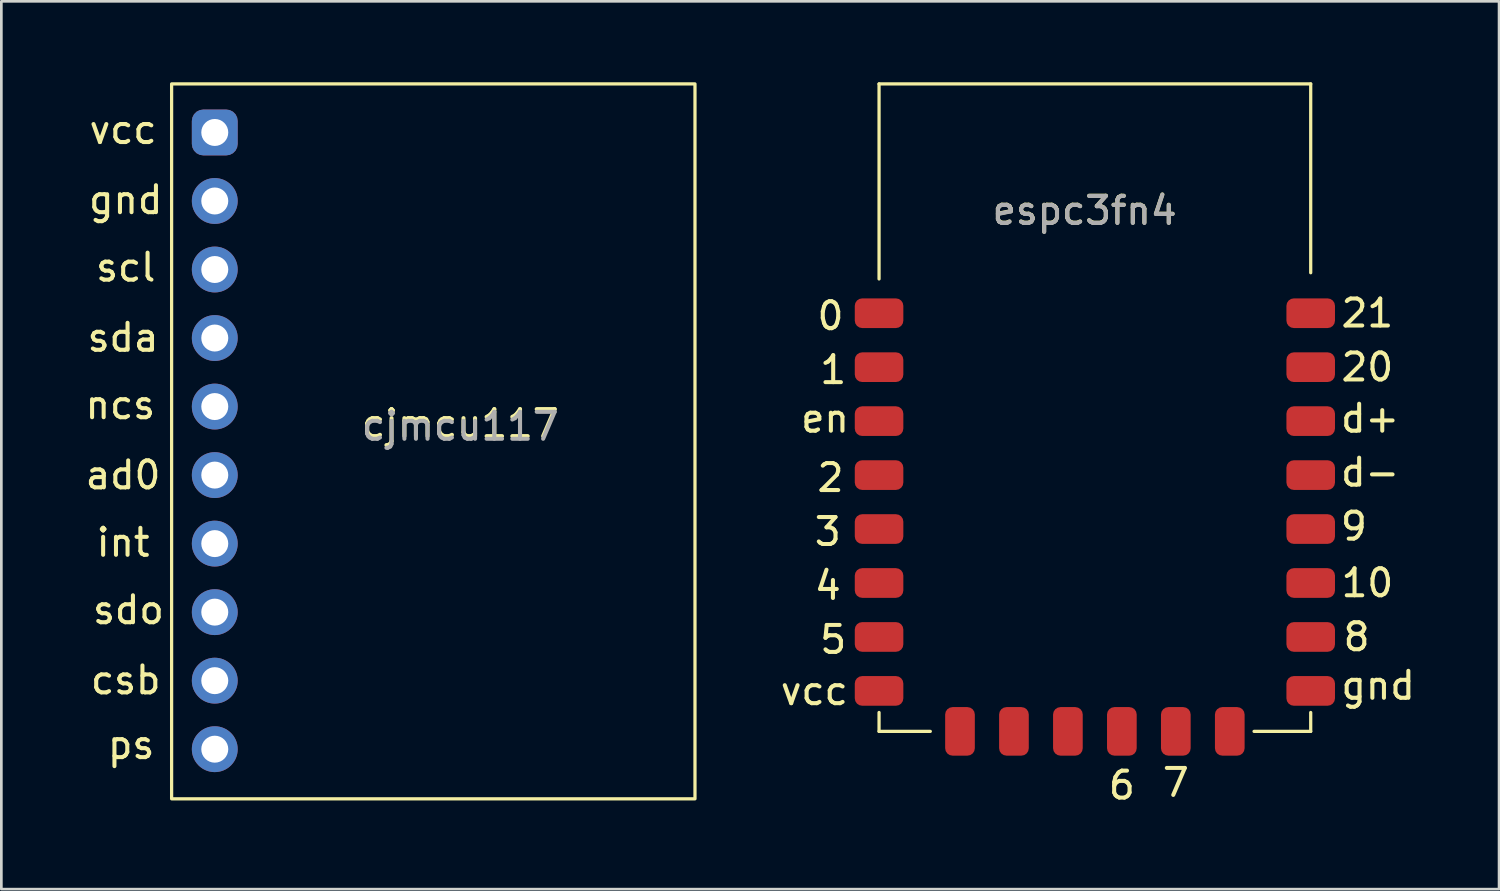
<source format=kicad_pcb>
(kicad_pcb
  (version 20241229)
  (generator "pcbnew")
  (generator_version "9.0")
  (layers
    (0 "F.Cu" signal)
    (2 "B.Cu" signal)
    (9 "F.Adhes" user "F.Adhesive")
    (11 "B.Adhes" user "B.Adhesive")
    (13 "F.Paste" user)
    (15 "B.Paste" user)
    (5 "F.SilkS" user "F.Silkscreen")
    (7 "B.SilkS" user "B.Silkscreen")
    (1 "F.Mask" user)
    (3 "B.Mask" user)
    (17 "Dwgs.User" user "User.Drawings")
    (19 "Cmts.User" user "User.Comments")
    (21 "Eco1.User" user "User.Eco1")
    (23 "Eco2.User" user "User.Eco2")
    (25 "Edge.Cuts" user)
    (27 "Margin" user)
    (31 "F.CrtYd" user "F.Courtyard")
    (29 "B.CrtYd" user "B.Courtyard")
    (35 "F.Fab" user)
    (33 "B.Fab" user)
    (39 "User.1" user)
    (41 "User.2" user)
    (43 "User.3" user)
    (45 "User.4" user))
  (footprint "espc3fn4"
    (layer "F.Cu")
    (at 29.534 8.56)
    (property "Reference" "espc3fn4" (at 7.62 -3.81 0) (unlocked yes) (layer "F.SilkS") (effects (font (size 1 1) (thickness 0.15))))
    (attr smd)
    (fp_line (start 0 -8.5) (end 16 -8.5) (stroke (width 0.12) (type solid)) (layer "F.SilkS"))
    (fp_line (start 0 -1.27) (end 0 -8.5) (stroke (width 0.12) (type solid)) (layer "F.SilkS"))
    (fp_line (start 0 14.8) (end 0 15.5) (stroke (width 0.12) (type solid)) (layer "F.SilkS"))
    (fp_line (start 0 15.5) (end 1.9 15.5) (stroke (width 0.12) (type solid)) (layer "F.SilkS"))
    (fp_line (start 13.9 15.5) (end 16 15.5) (stroke (width 0.12) (type solid)) (layer "F.SilkS"))
    (fp_line (start 16 -1.5) (end 16 -8.5) (stroke (width 0.12) (type solid)) (layer "F.SilkS"))
    (fp_line (start 16 15.5) (end 16 14.8) (stroke (width 0.12) (type solid)) (layer "F.SilkS"))
    (fp_text user "20" (at 18.1 2 0) (unlocked yes) (layer "F.SilkS") (effects (font (size 1 1) (thickness 0.15))))
    (fp_text user "d+" (at 18.2 3.9 0) (unlocked yes) (layer "F.SilkS") (effects (font (size 1 1) (thickness 0.15))))
    (fp_text user "0" (at -1.8 0.1 0) (unlocked yes) (layer "F.SilkS") (effects (font (size 1 1) (thickness 0.15))))
    (fp_text user "10" (at 18.1 10 0) (unlocked yes) (layer "F.SilkS") (effects (font (size 1 1) (thickness 0.15))))
    (fp_text user "6" (at 9 17.5 0) (unlocked yes) (layer "F.SilkS") (effects (font (size 1 1) (thickness 0.15))))
    (fp_text user "en" (at -2 3.9 0) (unlocked yes) (layer "F.SilkS") (effects (font (size 1 1) (thickness 0.15))))
    (fp_text user "7" (at 11 17.4 0) (unlocked yes) (layer "F.SilkS") (effects (font (size 1 1) (thickness 0.15))))
    (fp_text user "d-" (at 18.2 5.9 0) (unlocked yes) (layer "F.SilkS") (effects (font (size 1 1) (thickness 0.15))))
    (fp_text user "gnd" (at 18.5 13.8 0) (unlocked yes) (layer "F.SilkS") (effects (font (size 1 1) (thickness 0.15))))
    (fp_text user "8" (at 17.7 12 0) (unlocked yes) (layer "F.SilkS") (effects (font (size 1 1) (thickness 0.15))))
    (fp_text user "3" (at -1.9 8.1 0) (unlocked yes) (layer "F.SilkS") (effects (font (size 1 1) (thickness 0.15))))
    (fp_text user "21" (at 18.1 0 0) (unlocked yes) (layer "F.SilkS") (effects (font (size 1 1) (thickness 0.15))))
    (fp_text user "2" (at -1.8 6.1 0) (unlocked yes) (layer "F.SilkS") (effects (font (size 1 1) (thickness 0.15))))
    (fp_text user "1" (at -1.7 2.1 0) (unlocked yes) (layer "F.SilkS") (effects (font (size 1 1) (thickness 0.15))))
    (fp_text user "5" (at -1.7 12.1 0) (unlocked yes) (layer "F.SilkS") (effects (font (size 1 1) (thickness 0.15))))
    (fp_text user "4" (at -1.9 10.1 0) (unlocked yes) (layer "F.SilkS") (effects (font (size 1 1) (thickness 0.15))))
    (fp_text user "9" (at 17.6 7.9 0) (unlocked yes) (layer "F.SilkS") (effects (font (size 1 1) (thickness 0.15))))
    (fp_text user "vcc" (at -2.4 14 0) (unlocked yes) (layer "F.SilkS") (effects (font (size 1 1) (thickness 0.15))))
    (fp_text user "${REFERENCE}" (at 7.62 -3.8 0) (unlocked yes) (layer "F.Fab") (effects (font (size 1 1) (thickness 0.15))))
    (pad "1" smd roundrect (at 0 0) (size 1.8 1.1) (layers "F.Cu" "F.Mask" "F.Paste") (roundrect_rratio 0.25))
    (pad "2" smd roundrect (at 0 2) (size 1.8 1.1) (layers "F.Cu" "F.Mask" "F.Paste") (roundrect_rratio 0.25))
    (pad "3" smd roundrect (at 0 4) (size 1.8 1.1) (layers "F.Cu" "F.Mask" "F.Paste") (roundrect_rratio 0.25))
    (pad "4" smd roundrect (at 0 6) (size 1.8 1.1) (layers "F.Cu" "F.Mask" "F.Paste") (roundrect_rratio 0.25))
    (pad "5" smd roundrect (at 0 8) (size 1.8 1.1) (layers "F.Cu" "F.Mask" "F.Paste") (roundrect_rratio 0.25))
    (pad "6" smd roundrect (at 0 10) (size 1.8 1.1) (layers "F.Cu" "F.Mask" "F.Paste") (roundrect_rratio 0.25))
    (pad "7" smd roundrect (at 0 12) (size 1.8 1.1) (layers "F.Cu" "F.Mask" "F.Paste") (roundrect_rratio 0.25))
    (pad "8" smd roundrect (at 0 14) (size 1.8 1.1) (layers "F.Cu" "F.Mask" "F.Paste") (roundrect_rratio 0.25))
    (pad "9" smd roundrect (at 3 15.5 90) (size 1.8 1.1) (layers "F.Cu" "F.Mask" "F.Paste") (roundrect_rratio 0.25))
    (pad "10" smd roundrect (at 5 15.5 90) (size 1.8 1.1) (layers "F.Cu" "F.Mask" "F.Paste") (roundrect_rratio 0.25))
    (pad "11" smd roundrect (at 7 15.5 90) (size 1.8 1.1) (layers "F.Cu" "F.Mask" "F.Paste") (roundrect_rratio 0.25))
    (pad "12" smd roundrect (at 9 15.5 90) (size 1.8 1.1) (layers "F.Cu" "F.Mask" "F.Paste") (roundrect_rratio 0.25))
    (pad "13" smd roundrect (at 11 15.5 90) (size 1.8 1.1) (layers "F.Cu" "F.Mask" "F.Paste") (roundrect_rratio 0.25))
    (pad "14" smd roundrect (at 13 15.5 90) (size 1.8 1.1) (layers "F.Cu" "F.Mask" "F.Paste") (roundrect_rratio 0.25))
    (pad "15" smd roundrect (at 16 14) (size 1.8 1.1) (layers "F.Cu" "F.Mask" "F.Paste") (roundrect_rratio 0.25))
    (pad "16" smd roundrect (at 16 12) (size 1.8 1.1) (layers "F.Cu" "F.Mask" "F.Paste") (roundrect_rratio 0.25))
    (pad "17" smd roundrect (at 16 10) (size 1.8 1.1) (layers "F.Cu" "F.Mask" "F.Paste") (roundrect_rratio 0.25))
    (pad "18" smd roundrect (at 16 8) (size 1.8 1.1) (layers "F.Cu" "F.Mask" "F.Paste") (roundrect_rratio 0.25))
    (pad "19" smd roundrect (at 16 6) (size 1.8 1.1) (layers "F.Cu" "F.Mask" "F.Paste") (roundrect_rratio 0.25))
    (pad "20" smd roundrect (at 16 4) (size 1.8 1.1) (layers "F.Cu" "F.Mask" "F.Paste") (roundrect_rratio 0.25))
    (pad "21" smd roundrect (at 16 2) (size 1.8 1.1) (layers "F.Cu" "F.Mask" "F.Paste") (roundrect_rratio 0.25))
    (pad "22" smd roundrect (at 16 0) (size 1.8 1.1) (layers "F.Cu" "F.Mask" "F.Paste") (roundrect_rratio 0.25)))
  (footprint "cjmcu117"
    (layer "F.Cu")
    (at 4.911 1.86)
    (property "Reference" "cjmcu117" (at 9.1 10.8 0) (unlocked yes) (layer "F.SilkS") (effects (font (size 1 1) (thickness 0.15))))
    (attr through_hole)
    (fp_rect (start -1.6 -1.8) (end 17.8 24.7) (stroke (width 0.12) (type solid)) (fill no) (layer "F.SilkS"))
    (fp_text user "gnd" (at -3.3 2.5 0) (unlocked yes) (layer "F.SilkS") (effects (font (size 1 1) (thickness 0.15))))
    (fp_text user "vcc" (at -3.4 -0.1 0) (unlocked yes) (layer "F.SilkS") (effects (font (size 1 1) (thickness 0.15))))
    (fp_text user "int" (at -3.4 15.2 0) (unlocked yes) (layer "F.SilkS") (effects (font (size 1 1) (thickness 0.15))))
    (fp_text user "sdo" (at -3.2 17.7 0) (unlocked yes) (layer "F.SilkS") (effects (font (size 1 1) (thickness 0.15))))
    (fp_text user "ps" (at -3.1 22.7 0) (unlocked yes) (layer "F.SilkS") (effects (font (size 1 1) (thickness 0.15))))
    (fp_text user "csb" (at -3.3 20.3 0) (unlocked yes) (layer "F.SilkS") (effects (font (size 1 1) (thickness 0.15))))
    (fp_text user "ad0" (at -3.4 12.7 0) (unlocked yes) (layer "F.SilkS") (effects (font (size 1 1) (thickness 0.15))))
    (fp_text user "sda" (at -3.4 7.6 0) (unlocked yes) (layer "F.SilkS") (effects (font (size 1 1) (thickness 0.15))))
    (fp_text user "scl" (at -3.3 5 0) (unlocked yes) (layer "F.SilkS") (effects (font (size 1 1) (thickness 0.15))))
    (fp_text user "ncs" (at -3.5 10.1 0) (unlocked yes) (layer "F.SilkS") (effects (font (size 1 1) (thickness 0.15))))
    (fp_text user "${REFERENCE}" (at 9.1 10.9 0) (unlocked yes) (layer "F.Fab") (effects (font (size 1 1) (thickness 0.15))))
    (pad "1" thru_hole roundrect (at 0 0 180) (size 1.7 1.7) (drill 1) (layers "*.Cu" "*.Mask") (roundrect_rratio 0.25))
    (pad "2" thru_hole circle (at 0 2.54 180) (size 1.7 1.7) (drill 1) (layers "*.Cu" "*.Mask"))
    (pad "3" thru_hole circle (at 0 5.08 180) (size 1.7 1.7) (drill 1) (layers "*.Cu" "*.Mask"))
    (pad "4" thru_hole circle (at 0 7.62 180) (size 1.7 1.7) (drill 1) (layers "*.Cu" "*.Mask"))
    (pad "5" thru_hole circle (at 0 10.16 180) (size 1.7 1.7) (drill 1) (layers "*.Cu" "*.Mask"))
    (pad "6" thru_hole circle (at 0 12.7 180) (size 1.7 1.7) (drill 1) (layers "*.Cu" "*.Mask"))
    (pad "7" thru_hole circle (at 0 15.24 180) (size 1.7 1.7) (drill 1) (layers "*.Cu" "*.Mask"))
    (pad "8" thru_hole circle (at 0 17.78 180) (size 1.7 1.7) (drill 1) (layers "*.Cu" "*.Mask"))
    (pad "9" thru_hole circle (at 0 20.32 180) (size 1.7 1.7) (drill 1) (layers "*.Cu" "*.Mask"))
    (pad "10" thru_hole circle (at 0 22.86 180) (size 1.7 1.7) (drill 1) (layers "*.Cu" "*.Mask")))
  (gr_rect
    (start -3 -3)
    (end 52.516 29.908)
    (stroke (width 0.1) (type default))
    (fill no)
    (layer "Edge.Cuts")))
</source>
